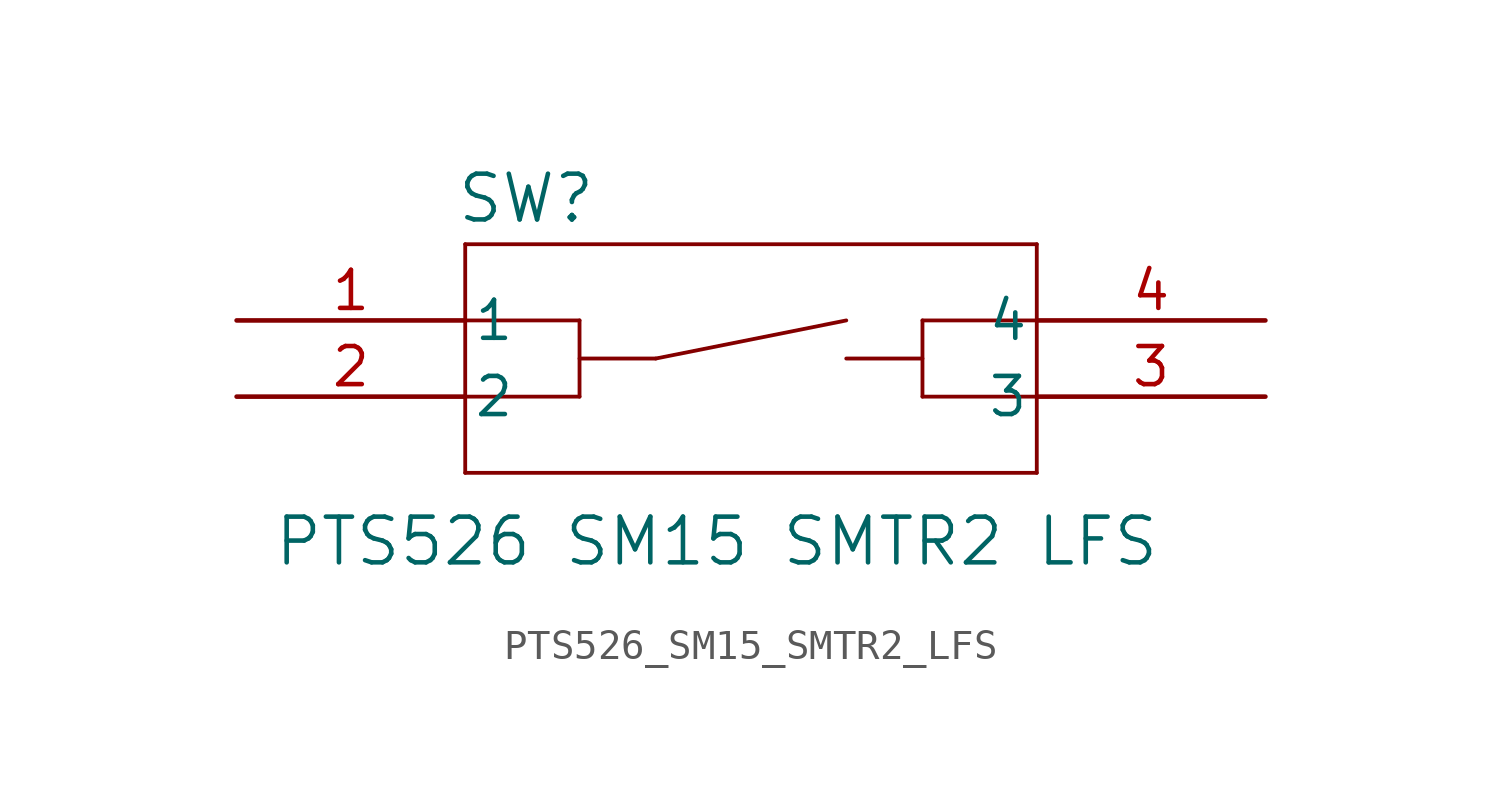
<source format=kicad_sym>
(kicad_symbol_lib
  (version 20231120)
  (generator "kicad_symbol_editor")
  (generator_version "8.0")
  (symbol "PTS526_SM15_SMTR2_LFS"
    (pin_names
      (offset 0.254))
    (property "Reference" "SW"
      (at 9.652 4.064 0)
      (effects (font (size 1.524 1.524))))
    (property "Value" "PTS526 SM15 SMTR2 LFS"
      (at 16.002 -7.366 0)
      (effects (font (size 1.524 1.524))))
    (property "ki_locked" ""
      (at 0 0 0)
      (effects (font (size 1.27 1.27))))
    (symbol "PTS526_SM15_SMTR2_LFS_1_1"
      (polyline (pts (xy 7.62 -5.08) (xy 26.67 -5.08)) (stroke (width 0.127) (type default)) (fill (type none)))
      (polyline (pts (xy 7.62 -2.54) (xy 11.43 -2.54)) (stroke (width 0.127) (type default)) (fill (type none)))
      (polyline (pts (xy 7.62 0) (xy 11.43 0)) (stroke (width 0.127) (type default)) (fill (type none)))
      (polyline (pts (xy 7.62 2.54) (xy 7.62 -5.08)) (stroke (width 0.127) (type default)) (fill (type none)))
      (polyline (pts (xy 11.43 -1.27) (xy 13.97 -1.27)) (stroke (width 0.127) (type default)) (fill (type none)))
      (polyline (pts (xy 11.43 0) (xy 11.43 -2.54)) (stroke (width 0.127) (type default)) (fill (type none)))
      (polyline (pts (xy 13.97 -1.27) (xy 20.32 0)) (stroke (width 0.127) (type default)) (fill (type none)))
      (polyline (pts (xy 22.86 -2.54) (xy 22.86 0)) (stroke (width 0.127) (type default)) (fill (type none)))
      (polyline (pts (xy 22.86 -1.27) (xy 20.32 -1.27)) (stroke (width 0.127) (type default)) (fill (type none)))
      (polyline (pts (xy 26.67 -2.54) (xy 22.86 -2.54)) (stroke (width 0.127) (type default)) (fill (type none)))
      (polyline (pts (xy 26.67 0) (xy 22.86 0)) (stroke (width 0.127) (type default)) (fill (type none)))
      (polyline (pts (xy 26.67 2.54) (xy 7.62 2.54)) (stroke (width 0.127) (type default)) (fill (type none)))
      (polyline (pts (xy 26.67 2.54) (xy 26.67 -5.08)) (stroke (width 0.127) (type default)) (fill (type none)))
      (pin unspecified line (at 0 0 0) (length 7.62) (name "1" (effects (font (size 1.27 1.27)))) (number "1" (effects (font (size 1.27 1.27)))))
      (pin unspecified line (at 0 -2.54 0) (length 7.62) (name "2" (effects (font (size 1.27 1.27)))) (number "2" (effects (font (size 1.27 1.27)))))
      (pin unspecified line (at 34.29 -2.54 180) (length 7.62) (name "3" (effects (font (size 1.27 1.27)))) (number "3" (effects (font (size 1.27 1.27)))))
      (pin unspecified line (at 34.29 0 180) (length 7.62) (name "4" (effects (font (size 1.27 1.27)))) (number "4" (effects (font (size 1.27 1.27))))))))
</source>
